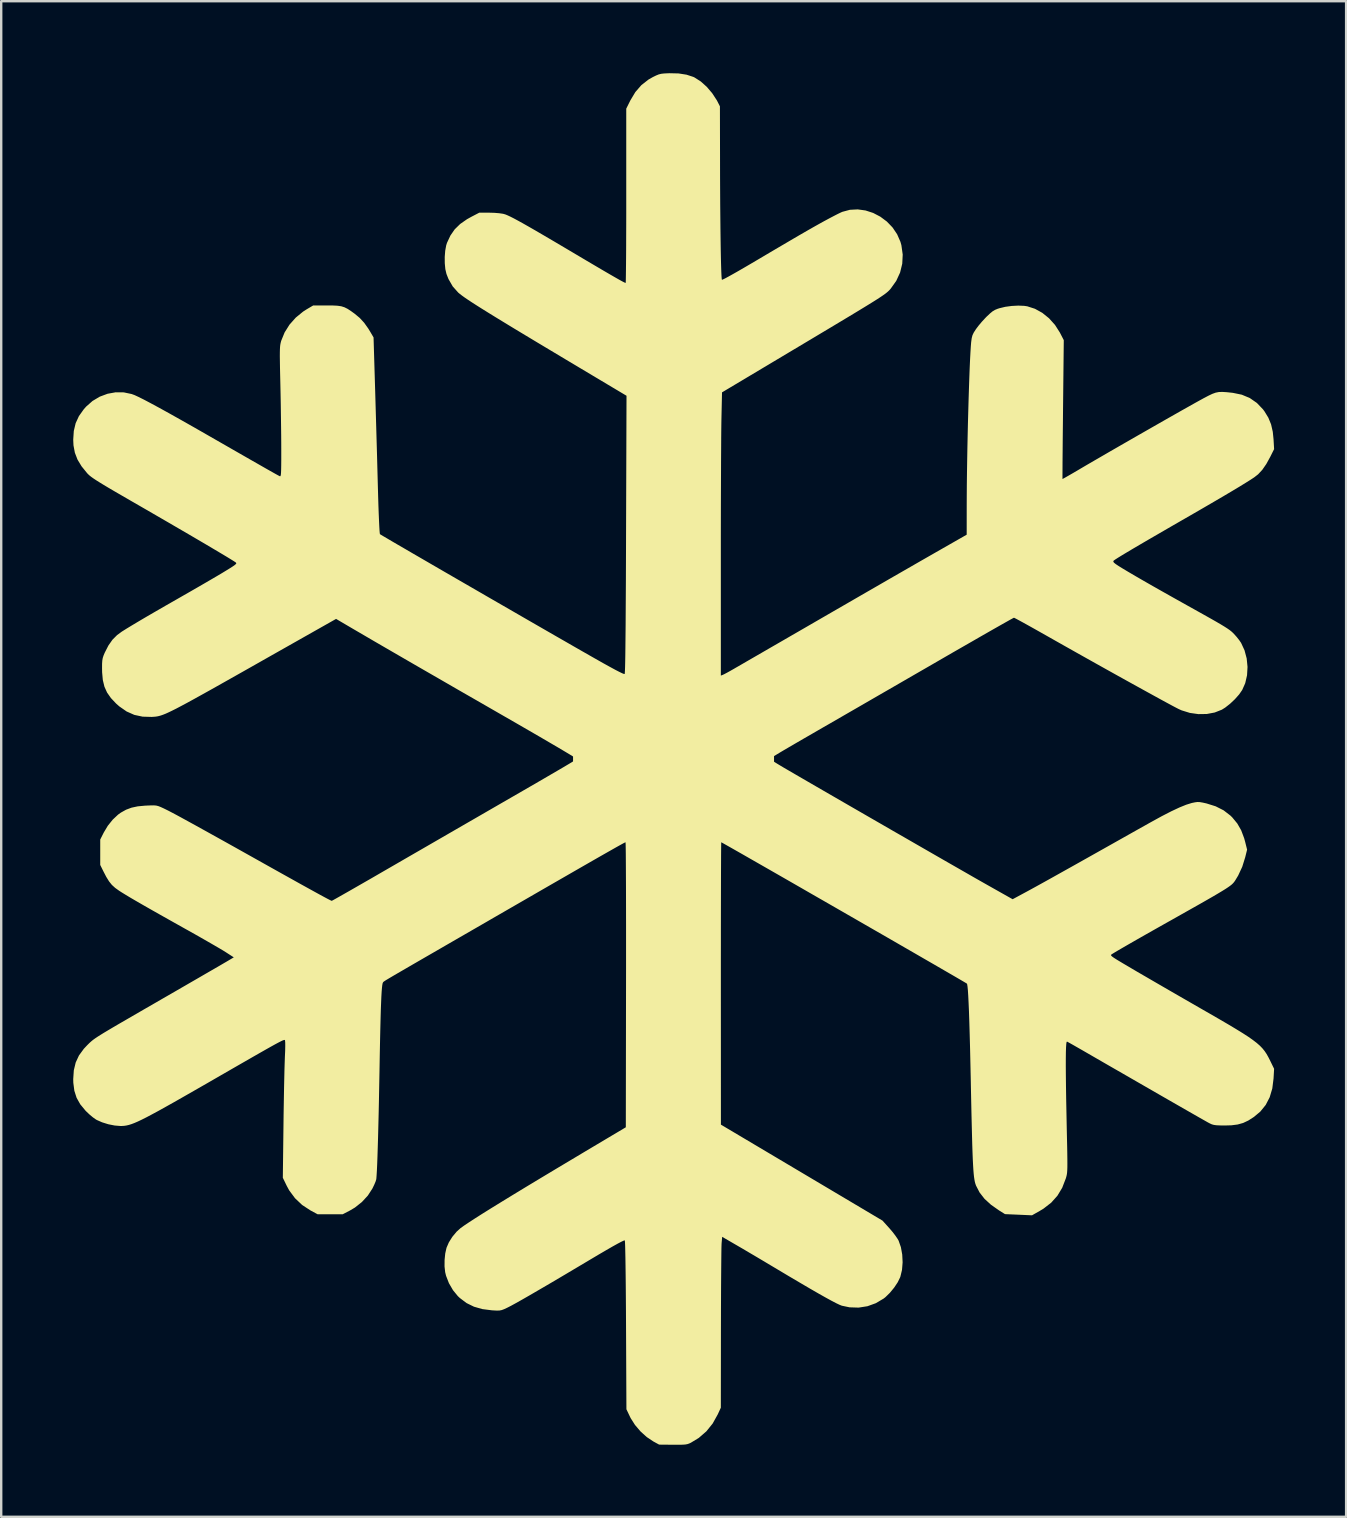
<source format=kicad_pcb>
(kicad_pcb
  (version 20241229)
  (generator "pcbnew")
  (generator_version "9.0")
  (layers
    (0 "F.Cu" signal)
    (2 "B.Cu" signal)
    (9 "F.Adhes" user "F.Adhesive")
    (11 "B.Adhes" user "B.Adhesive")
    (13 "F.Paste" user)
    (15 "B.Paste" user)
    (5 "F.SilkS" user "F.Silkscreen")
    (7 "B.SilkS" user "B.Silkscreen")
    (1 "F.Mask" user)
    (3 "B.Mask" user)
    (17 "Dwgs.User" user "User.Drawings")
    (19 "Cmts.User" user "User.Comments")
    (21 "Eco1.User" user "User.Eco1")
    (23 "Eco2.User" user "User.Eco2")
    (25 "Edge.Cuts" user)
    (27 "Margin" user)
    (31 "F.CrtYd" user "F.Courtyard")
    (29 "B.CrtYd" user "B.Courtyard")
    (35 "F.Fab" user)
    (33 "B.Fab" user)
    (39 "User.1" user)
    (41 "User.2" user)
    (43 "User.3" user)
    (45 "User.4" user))
  (footprint "Untitled"
    (layer "F.Cu")
    (at 25.006 28.564)
    (property "Reference" "Untitled" (at 0 0 0) (layer "F.SilkS") (effects (font (size 1.5 1.5) (thickness 0.3))))
    (attr board_only exclude_from_pos_files exclude_from_bom)
    (fp_poly (pts (xy 0.208 -28.555) (xy 0.542 -28.503) (xy 0.823 -28.411) (xy 0.876 -28.386) (xy 1.135 -28.22) (xy 1.386 -27.995) (xy 1.614 -27.726) (xy 1.806 -27.431) (xy 1.842 -27.362) (xy 1.932 -27.185) (xy 1.937 -24.829) (xy 1.938 -24.222) (xy 1.941 -23.638) (xy 1.944 -23.081) (xy 1.949 -22.556) (xy 1.954 -22.066) (xy 1.96 -21.616) (xy 1.966 -21.211) (xy 1.973 -20.855) (xy 1.981 -20.552) (xy 1.989 -20.306) (xy 1.997 -20.123) (xy 2.006 -20.006) (xy 2.014 -19.959) (xy 2.015 -19.959) (xy 2.052 -19.971) (xy 2.146 -20.017) (xy 2.289 -20.094) (xy 2.474 -20.197) (xy 2.693 -20.321) (xy 2.938 -20.463) (xy 3.14 -20.581) (xy 3.617 -20.862) (xy 4.034 -21.109) (xy 4.398 -21.323) (xy 4.715 -21.509) (xy 4.989 -21.67) (xy 5.227 -21.809) (xy 5.435 -21.929) (xy 5.617 -22.034) (xy 5.78 -22.127) (xy 5.929 -22.211) (xy 6.07 -22.29) (xy 6.209 -22.367) (xy 6.269 -22.4) (xy 6.473 -22.51) (xy 6.667 -22.612) (xy 6.836 -22.699) (xy 6.967 -22.762) (xy 7.03 -22.79) (xy 7.346 -22.875) (xy 7.672 -22.892) (xy 7.998 -22.847) (xy 8.315 -22.744) (xy 8.614 -22.588) (xy 8.886 -22.385) (xy 9.122 -22.14) (xy 9.313 -21.857) (xy 9.451 -21.542) (xy 9.491 -21.401) (xy 9.546 -21.011) (xy 9.527 -20.63) (xy 9.437 -20.262) (xy 9.276 -19.913) (xy 9.045 -19.589) (xy 9.008 -19.547) (xy 8.972 -19.509) (xy 8.93 -19.469) (xy 8.878 -19.425) (xy 8.813 -19.374) (xy 8.73 -19.315) (xy 8.626 -19.244) (xy 8.496 -19.159) (xy 8.338 -19.059) (xy 8.146 -18.94) (xy 7.918 -18.8) (xy 7.65 -18.637) (xy 7.337 -18.448) (xy 6.976 -18.231) (xy 6.563 -17.983) (xy 6.094 -17.703) (xy 5.566 -17.387) (xy 5.413 -17.296) (xy 2.019 -15.27) (xy 1.994 -14.126) (xy 1.991 -13.941) (xy 1.988 -13.687) (xy 1.985 -13.37) (xy 1.983 -12.996) (xy 1.98 -12.571) (xy 1.978 -12.101) (xy 1.976 -11.592) (xy 1.974 -11.051) (xy 1.972 -10.482) (xy 1.971 -9.892) (xy 1.97 -9.287) (xy 1.97 -8.674) (xy 1.97 -8.227) (xy 1.97 -3.472) (xy 2.055 -3.505) (xy 2.118 -3.535) (xy 2.231 -3.595) (xy 2.379 -3.677) (xy 2.547 -3.773) (xy 2.589 -3.798) (xy 2.718 -3.872) (xy 2.903 -3.979) (xy 3.134 -4.113) (xy 3.401 -4.267) (xy 3.697 -4.438) (xy 4.011 -4.62) (xy 4.334 -4.806) (xy 4.521 -4.914) (xy 4.868 -5.115) (xy 5.265 -5.344) (xy 5.697 -5.594) (xy 6.15 -5.856) (xy 6.608 -6.121) (xy 7.057 -6.38) (xy 7.483 -6.626) (xy 7.766 -6.79) (xy 8.158 -7.016) (xy 8.578 -7.258) (xy 9.012 -7.509) (xy 9.447 -7.759) (xy 9.87 -8.002) (xy 10.266 -8.23) (xy 10.622 -8.434) (xy 10.87 -8.576) (xy 12.211 -9.342) (xy 12.212 -10.561) (xy 12.214 -10.985) (xy 12.217 -11.443) (xy 12.223 -11.928) (xy 12.231 -12.432) (xy 12.24 -12.948) (xy 12.251 -13.469) (xy 12.263 -13.988) (xy 12.277 -14.497) (xy 12.291 -14.99) (xy 12.306 -15.458) (xy 12.321 -15.896) (xy 12.336 -16.294) (xy 12.352 -16.647) (xy 12.368 -16.947) (xy 12.383 -17.187) (xy 12.397 -17.36) (xy 12.398 -17.366) (xy 12.42 -17.528) (xy 12.451 -17.648) (xy 12.504 -17.76) (xy 12.59 -17.894) (xy 12.601 -17.91) (xy 12.708 -18.052) (xy 12.846 -18.216) (xy 12.992 -18.374) (xy 13.045 -18.428) (xy 13.182 -18.557) (xy 13.29 -18.646) (xy 13.39 -18.706) (xy 13.505 -18.753) (xy 13.582 -18.777) (xy 13.82 -18.834) (xy 14.088 -18.87) (xy 14.359 -18.884) (xy 14.606 -18.874) (xy 14.734 -18.855) (xy 15.054 -18.752) (xy 15.36 -18.583) (xy 15.641 -18.356) (xy 15.889 -18.08) (xy 16.091 -17.764) (xy 16.1 -17.746) (xy 16.255 -17.446) (xy 16.224 -14.558) (xy 16.22 -14.099) (xy 16.215 -13.663) (xy 16.211 -13.255) (xy 16.208 -12.881) (xy 16.205 -12.546) (xy 16.203 -12.256) (xy 16.202 -12.017) (xy 16.201 -11.835) (xy 16.201 -11.715) (xy 16.201 -11.664) (xy 16.202 -11.662) (xy 16.235 -11.678) (xy 16.323 -11.727) (xy 16.458 -11.804) (xy 16.631 -11.904) (xy 16.833 -12.022) (xy 16.978 -12.108) (xy 17.223 -12.252) (xy 17.512 -12.42) (xy 17.837 -12.608) (xy 18.19 -12.813) (xy 18.565 -13.029) (xy 18.955 -13.253) (xy 19.352 -13.481) (xy 19.749 -13.708) (xy 20.139 -13.931) (xy 20.514 -14.145) (xy 20.868 -14.346) (xy 21.194 -14.531) (xy 21.484 -14.694) (xy 21.731 -14.833) (xy 21.928 -14.942) (xy 22.067 -15.018) (xy 22.073 -15.022) (xy 22.281 -15.131) (xy 22.443 -15.208) (xy 22.581 -15.258) (xy 22.713 -15.284) (xy 22.859 -15.289) (xy 23.039 -15.278) (xy 23.272 -15.253) (xy 23.299 -15.25) (xy 23.672 -15.173) (xy 24.005 -15.033) (xy 24.299 -14.829) (xy 24.554 -14.562) (xy 24.614 -14.481) (xy 24.776 -14.216) (xy 24.89 -13.938) (xy 24.961 -13.627) (xy 24.993 -13.311) (xy 25.016 -12.906) (xy 24.857 -12.587) (xy 24.691 -12.285) (xy 24.525 -12.045) (xy 24.35 -11.857) (xy 24.19 -11.732) (xy 24.031 -11.627) (xy 23.828 -11.5) (xy 23.578 -11.346) (xy 23.278 -11.166) (xy 22.925 -10.957) (xy 22.517 -10.718) (xy 22.05 -10.446) (xy 21.521 -10.14) (xy 21.302 -10.014) (xy 20.748 -9.695) (xy 20.258 -9.411) (xy 19.828 -9.162) (xy 19.458 -8.946) (xy 19.143 -8.761) (xy 18.884 -8.607) (xy 18.676 -8.482) (xy 18.519 -8.385) (xy 18.409 -8.315) (xy 18.345 -8.27) (xy 18.327 -8.254) (xy 18.317 -8.22) (xy 18.345 -8.177) (xy 18.421 -8.116) (xy 18.544 -8.034) (xy 18.713 -7.93) (xy 18.944 -7.792) (xy 19.233 -7.622) (xy 19.577 -7.423) (xy 19.972 -7.197) (xy 20.415 -6.946) (xy 20.902 -6.672) (xy 21.429 -6.377) (xy 21.723 -6.213) (xy 22.074 -6.017) (xy 22.366 -5.853) (xy 22.605 -5.717) (xy 22.798 -5.604) (xy 22.951 -5.511) (xy 23.071 -5.434) (xy 23.166 -5.368) (xy 23.24 -5.309) (xy 23.301 -5.253) (xy 23.349 -5.204) (xy 23.462 -5.077) (xy 23.565 -4.946) (xy 23.638 -4.839) (xy 23.64 -4.837) (xy 23.784 -4.526) (xy 23.874 -4.187) (xy 23.909 -3.835) (xy 23.889 -3.486) (xy 23.813 -3.156) (xy 23.688 -2.874) (xy 23.559 -2.687) (xy 23.383 -2.489) (xy 23.183 -2.3) (xy 22.979 -2.14) (xy 22.839 -2.052) (xy 22.542 -1.935) (xy 22.212 -1.873) (xy 21.862 -1.868) (xy 21.508 -1.918) (xy 21.165 -2.024) (xy 21.048 -2.076) (xy 20.95 -2.126) (xy 20.792 -2.209) (xy 20.581 -2.323) (xy 20.321 -2.464) (xy 20.019 -2.63) (xy 19.681 -2.816) (xy 19.311 -3.02) (xy 18.917 -3.238) (xy 18.503 -3.468) (xy 18.076 -3.706) (xy 17.641 -3.949) (xy 17.204 -4.194) (xy 16.771 -4.437) (xy 16.347 -4.676) (xy 15.938 -4.907) (xy 15.61 -5.093) (xy 15.314 -5.26) (xy 15.038 -5.416) (xy 14.789 -5.555) (xy 14.573 -5.675) (xy 14.397 -5.771) (xy 14.269 -5.84) (xy 14.195 -5.877) (xy 14.18 -5.883) (xy 14.143 -5.865) (xy 14.045 -5.812) (xy 13.892 -5.726) (xy 13.686 -5.61) (xy 13.434 -5.467) (xy 13.139 -5.299) (xy 12.807 -5.109) (xy 12.441 -4.898) (xy 12.045 -4.671) (xy 11.625 -4.43) (xy 11.186 -4.176) (xy 10.991 -4.063) (xy 10.5 -3.779) (xy 9.995 -3.488) (xy 9.485 -3.193) (xy 8.978 -2.9) (xy 8.482 -2.614) (xy 8.005 -2.338) (xy 7.555 -2.078) (xy 7.139 -1.838) (xy 6.767 -1.623) (xy 6.445 -1.437) (xy 6.235 -1.317) (xy 5.795 -1.062) (xy 5.415 -0.843) (xy 5.091 -0.655) (xy 4.82 -0.497) (xy 4.596 -0.366) (xy 4.416 -0.259) (xy 4.274 -0.173) (xy 4.167 -0.108) (xy 4.091 -0.058) (xy 4.062 -0.039) (xy 4.043 -0.017) (xy 4.053 0.012) (xy 4.098 0.054) (xy 4.188 0.117) (xy 4.329 0.205) (xy 4.456 0.281) (xy 4.571 0.35) (xy 4.746 0.452) (xy 4.976 0.586) (xy 5.255 0.748) (xy 5.579 0.936) (xy 5.941 1.146) (xy 6.337 1.375) (xy 6.761 1.62) (xy 7.209 1.879) (xy 7.675 2.148) (xy 8.153 2.424) (xy 8.639 2.704) (xy 9.127 2.986) (xy 9.613 3.265) (xy 10.09 3.54) (xy 10.554 3.807) (xy 10.999 4.063) (xy 11.42 4.305) (xy 11.813 4.53) (xy 12.171 4.735) (xy 12.489 4.918) (xy 12.763 5.074) (xy 12.987 5.201) (xy 13.141 5.288) (xy 14.125 5.843) (xy 14.735 5.514) (xy 14.882 5.434) (xy 15.086 5.322) (xy 15.339 5.182) (xy 15.633 5.019) (xy 15.959 4.837) (xy 16.309 4.641) (xy 16.676 4.436) (xy 17.05 4.226) (xy 17.315 4.077) (xy 17.69 3.866) (xy 18.062 3.657) (xy 18.424 3.453) (xy 18.767 3.26) (xy 19.083 3.082) (xy 19.364 2.924) (xy 19.602 2.791) (xy 19.788 2.686) (xy 19.885 2.632) (xy 20.338 2.383) (xy 20.735 2.179) (xy 21.074 2.02) (xy 21.355 1.906) (xy 21.577 1.837) (xy 21.592 1.833) (xy 21.723 1.806) (xy 21.823 1.793) (xy 21.92 1.797) (xy 22.039 1.817) (xy 22.197 1.852) (xy 22.581 1.972) (xy 22.913 2.14) (xy 23.198 2.36) (xy 23.273 2.434) (xy 23.483 2.689) (xy 23.645 2.972) (xy 23.769 3.302) (xy 23.81 3.451) (xy 23.891 3.777) (xy 23.813 4.094) (xy 23.689 4.492) (xy 23.52 4.855) (xy 23.4 5.054) (xy 23.37 5.099) (xy 23.337 5.142) (xy 23.298 5.186) (xy 23.248 5.233) (xy 23.182 5.285) (xy 23.096 5.346) (xy 22.987 5.418) (xy 22.848 5.504) (xy 22.676 5.607) (xy 22.467 5.73) (xy 22.215 5.875) (xy 21.917 6.045) (xy 21.568 6.242) (xy 21.164 6.47) (xy 20.7 6.732) (xy 20.56 6.81) (xy 20.108 7.065) (xy 19.696 7.298) (xy 19.327 7.508) (xy 19.004 7.693) (xy 18.732 7.85) (xy 18.514 7.977) (xy 18.353 8.073) (xy 18.254 8.134) (xy 18.241 8.143) (xy 18.222 8.164) (xy 18.229 8.191) (xy 18.269 8.23) (xy 18.349 8.287) (xy 18.477 8.368) (xy 18.662 8.479) (xy 18.71 8.508) (xy 18.98 8.667) (xy 19.314 8.864) (xy 19.714 9.096) (xy 20.179 9.366) (xy 20.709 9.673) (xy 21.304 10.016) (xy 21.964 10.396) (xy 22.286 10.581) (xy 22.727 10.835) (xy 23.107 11.057) (xy 23.433 11.252) (xy 23.709 11.422) (xy 23.941 11.572) (xy 24.133 11.707) (xy 24.293 11.83) (xy 24.424 11.945) (xy 24.532 12.057) (xy 24.623 12.17) (xy 24.702 12.288) (xy 24.773 12.414) (xy 24.838 12.541) (xy 25.016 12.906) (xy 24.993 13.311) (xy 24.941 13.726) (xy 24.832 14.092) (xy 24.666 14.412) (xy 24.441 14.689) (xy 24.175 14.912) (xy 23.944 15.06) (xy 23.725 15.163) (xy 23.496 15.227) (xy 23.237 15.26) (xy 22.955 15.268) (xy 22.756 15.265) (xy 22.614 15.258) (xy 22.51 15.244) (xy 22.425 15.221) (xy 22.343 15.184) (xy 22.314 15.169) (xy 22.249 15.134) (xy 22.122 15.062) (xy 21.936 14.957) (xy 21.695 14.819) (xy 21.401 14.651) (xy 21.058 14.454) (xy 20.669 14.231) (xy 20.236 13.982) (xy 19.764 13.71) (xy 19.255 13.417) (xy 18.712 13.104) (xy 18.138 12.774) (xy 17.537 12.427) (xy 17.016 12.126) (xy 16.825 12.017) (xy 16.656 11.92) (xy 16.519 11.843) (xy 16.425 11.791) (xy 16.387 11.772) (xy 16.372 11.794) (xy 16.359 11.872) (xy 16.35 12.01) (xy 16.343 12.208) (xy 16.34 12.468) (xy 16.339 12.793) (xy 16.342 13.184) (xy 16.347 13.642) (xy 16.355 14.171) (xy 16.367 14.771) (xy 16.379 15.377) (xy 16.388 15.795) (xy 16.396 16.145) (xy 16.401 16.434) (xy 16.404 16.67) (xy 16.405 16.859) (xy 16.404 17.008) (xy 16.4 17.125) (xy 16.394 17.217) (xy 16.385 17.291) (xy 16.373 17.353) (xy 16.358 17.412) (xy 16.34 17.474) (xy 16.338 17.478) (xy 16.19 17.862) (xy 15.989 18.195) (xy 15.732 18.482) (xy 15.413 18.73) (xy 15.251 18.828) (xy 14.932 19.009) (xy 14.37 18.984) (xy 13.807 18.96) (xy 13.563 18.808) (xy 13.224 18.57) (xy 12.954 18.323) (xy 12.749 18.06) (xy 12.602 17.776) (xy 12.588 17.739) (xy 12.567 17.677) (xy 12.548 17.603) (xy 12.532 17.514) (xy 12.516 17.405) (xy 12.502 17.272) (xy 12.489 17.109) (xy 12.477 16.912) (xy 12.465 16.678) (xy 12.454 16.4) (xy 12.443 16.076) (xy 12.433 15.7) (xy 12.422 15.267) (xy 12.41 14.774) (xy 12.398 14.215) (xy 12.385 13.587) (xy 12.383 13.469) (xy 12.367 12.733) (xy 12.352 12.07) (xy 12.336 11.482) (xy 12.321 10.967) (xy 12.306 10.524) (xy 12.29 10.154) (xy 12.275 9.854) (xy 12.26 9.626) (xy 12.244 9.467) (xy 12.229 9.378) (xy 12.219 9.358) (xy 12.181 9.334) (xy 12.081 9.275) (xy 11.926 9.184) (xy 11.719 9.063) (xy 11.463 8.915) (xy 11.165 8.742) (xy 10.827 8.546) (xy 10.454 8.331) (xy 10.05 8.097) (xy 9.62 7.849) (xy 9.168 7.588) (xy 8.698 7.317) (xy 8.213 7.038) (xy 7.72 6.754) (xy 7.221 6.467) (xy 6.721 6.179) (xy 6.225 5.894) (xy 5.735 5.613) (xy 5.258 5.338) (xy 4.797 5.073) (xy 4.356 4.82) (xy 3.939 4.581) (xy 3.551 4.359) (xy 3.196 4.156) (xy 2.879 3.974) (xy 2.603 3.817) (xy 2.373 3.686) (xy 2.192 3.584) (xy 2.066 3.513) (xy 1.999 3.476) (xy 1.988 3.47) (xy 1.986 3.507) (xy 1.984 3.615) (xy 1.982 3.79) (xy 1.98 4.028) (xy 1.979 4.325) (xy 1.977 4.677) (xy 1.976 5.08) (xy 1.975 5.529) (xy 1.974 6.022) (xy 1.973 6.554) (xy 1.972 7.12) (xy 1.972 7.718) (xy 1.971 8.342) (xy 1.971 8.989) (xy 1.971 9.351) (xy 1.973 15.232) (xy 5.339 17.231) (xy 8.704 19.23) (xy 8.993 19.55) (xy 9.122 19.701) (xy 9.24 19.855) (xy 9.333 19.991) (xy 9.376 20.067) (xy 9.47 20.336) (xy 9.526 20.644) (xy 9.542 20.968) (xy 9.517 21.282) (xy 9.449 21.563) (xy 9.438 21.594) (xy 9.337 21.8) (xy 9.189 22.022) (xy 9.014 22.235) (xy 8.829 22.416) (xy 8.753 22.476) (xy 8.429 22.669) (xy 8.078 22.796) (xy 7.709 22.854) (xy 7.333 22.842) (xy 7.012 22.775) (xy 6.918 22.738) (xy 6.775 22.67) (xy 6.581 22.569) (xy 6.335 22.434) (xy 6.035 22.265) (xy 5.678 22.059) (xy 5.264 21.816) (xy 4.789 21.536) (xy 4.315 21.253) (xy 4.021 21.078) (xy 3.718 20.897) (xy 3.418 20.719) (xy 3.136 20.553) (xy 2.886 20.405) (xy 2.681 20.286) (xy 2.626 20.254) (xy 2.026 19.906) (xy 2.003 20.158) (xy 1.999 20.233) (xy 1.995 20.377) (xy 1.992 20.584) (xy 1.989 20.849) (xy 1.986 21.165) (xy 1.983 21.527) (xy 1.98 21.928) (xy 1.978 22.363) (xy 1.976 22.825) (xy 1.975 23.31) (xy 1.974 23.716) (xy 1.97 27.023) (xy 1.843 27.299) (xy 1.63 27.682) (xy 1.366 28.009) (xy 1.051 28.282) (xy 0.723 28.481) (xy 0.65 28.515) (xy 0.58 28.539) (xy 0.498 28.555) (xy 0.389 28.563) (xy 0.238 28.567) (xy 0.031 28.566) (xy -0.027 28.566) (xy -0.6 28.561) (xy -0.844 28.428) (xy -1.116 28.246) (xy -1.377 28.01) (xy -1.606 27.741) (xy -1.785 27.459) (xy -1.811 27.407) (xy -1.963 27.088) (xy -1.979 23.588) (xy -1.982 22.998) (xy -1.986 22.451) (xy -1.99 21.953) (xy -1.995 21.504) (xy -2 21.11) (xy -2.005 20.773) (xy -2.011 20.496) (xy -2.016 20.284) (xy -2.022 20.138) (xy -2.029 20.062) (xy -2.031 20.052) (xy -2.072 20.062) (xy -2.174 20.11) (xy -2.334 20.194) (xy -2.548 20.313) (xy -2.813 20.466) (xy -3.128 20.65) (xy -3.397 20.81) (xy -4.034 21.189) (xy -4.61 21.531) (xy -5.125 21.835) (xy -5.579 22.1) (xy -5.971 22.328) (xy -6.3 22.517) (xy -6.567 22.667) (xy -6.771 22.779) (xy -6.912 22.851) (xy -6.922 22.856) (xy -7.055 22.918) (xy -7.155 22.956) (xy -7.247 22.974) (xy -7.357 22.978) (xy -7.509 22.97) (xy -7.561 22.967) (xy -7.963 22.916) (xy -8.313 22.816) (xy -8.623 22.664) (xy -8.9 22.455) (xy -8.985 22.375) (xy -9.187 22.128) (xy -9.356 21.837) (xy -9.476 21.528) (xy -9.513 21.376) (xy -9.539 21.138) (xy -9.537 20.868) (xy -9.51 20.599) (xy -9.458 20.367) (xy -9.458 20.365) (xy -9.36 20.138) (xy -9.214 19.905) (xy -9.038 19.693) (xy -8.873 19.544) (xy -8.73 19.441) (xy -8.531 19.308) (xy -8.276 19.142) (xy -7.963 18.943) (xy -7.593 18.712) (xy -7.163 18.447) (xy -6.674 18.148) (xy -6.124 17.814) (xy -5.512 17.445) (xy -4.837 17.04) (xy -4.098 16.599) (xy -3.677 16.347) (xy -1.988 15.342) (xy -1.979 9.406) (xy -1.978 8.745) (xy -1.978 8.104) (xy -1.978 7.489) (xy -1.978 6.901) (xy -1.979 6.347) (xy -1.98 5.829) (xy -1.981 5.352) (xy -1.983 4.919) (xy -1.985 4.535) (xy -1.987 4.204) (xy -1.989 3.929) (xy -1.992 3.715) (xy -1.995 3.565) (xy -1.999 3.484) (xy -2.001 3.47) (xy -2.02 3.478) (xy -2.067 3.501) (xy -2.143 3.542) (xy -2.251 3.602) (xy -2.393 3.681) (xy -2.571 3.782) (xy -2.788 3.905) (xy -3.046 4.052) (xy -3.348 4.225) (xy -3.695 4.424) (xy -4.09 4.651) (xy -4.536 4.908) (xy -5.035 5.195) (xy -5.588 5.514) (xy -6.199 5.867) (xy -6.87 6.254) (xy -7.603 6.677) (xy -7.766 6.772) (xy -8.381 7.127) (xy -8.934 7.446) (xy -9.429 7.732) (xy -9.868 7.986) (xy -10.256 8.21) (xy -10.595 8.406) (xy -10.889 8.576) (xy -11.142 8.723) (xy -11.355 8.847) (xy -11.533 8.95) (xy -11.68 9.036) (xy -11.797 9.105) (xy -11.889 9.16) (xy -11.959 9.202) (xy -12.01 9.234) (xy -12.045 9.257) (xy -12.068 9.273) (xy -12.083 9.285) (xy -12.091 9.294) (xy -12.097 9.301) (xy -12.102 9.308) (xy -12.118 9.344) (xy -12.132 9.417) (xy -12.145 9.529) (xy -12.158 9.685) (xy -12.17 9.888) (xy -12.181 10.141) (xy -12.193 10.448) (xy -12.203 10.812) (xy -12.214 11.237) (xy -12.225 11.726) (xy -12.236 12.283) (xy -12.247 12.911) (xy -12.248 12.981) (xy -12.26 13.605) (xy -12.271 14.198) (xy -12.283 14.756) (xy -12.296 15.276) (xy -12.308 15.753) (xy -12.321 16.182) (xy -12.333 16.561) (xy -12.345 16.883) (xy -12.357 17.146) (xy -12.369 17.345) (xy -12.379 17.476) (xy -12.386 17.521) (xy -12.414 17.609) (xy -12.468 17.737) (xy -12.536 17.878) (xy -12.543 17.893) (xy -12.733 18.186) (xy -12.981 18.455) (xy -13.27 18.685) (xy -13.475 18.807) (xy -13.781 18.966) (xy -14.303 18.966) (xy -14.826 18.966) (xy -15.123 18.806) (xy -15.47 18.579) (xy -15.767 18.298) (xy -16.01 17.97) (xy -16.111 17.784) (xy -16.275 17.446) (xy -16.248 15.251) (xy -16.243 14.828) (xy -16.236 14.408) (xy -16.229 14.001) (xy -16.222 13.616) (xy -16.214 13.262) (xy -16.207 12.95) (xy -16.199 12.688) (xy -16.192 12.487) (xy -16.189 12.4) (xy -16.178 12.161) (xy -16.174 11.963) (xy -16.175 11.816) (xy -16.183 11.729) (xy -16.189 11.71) (xy -16.201 11.704) (xy -16.222 11.705) (xy -16.257 11.716) (xy -16.31 11.738) (xy -16.384 11.775) (xy -16.485 11.827) (xy -16.616 11.898) (xy -16.782 11.99) (xy -16.986 12.105) (xy -17.234 12.246) (xy -17.528 12.414) (xy -17.874 12.613) (xy -18.275 12.843) (xy -18.736 13.109) (xy -18.872 13.187) (xy -19.44 13.515) (xy -19.948 13.806) (xy -20.399 14.064) (xy -20.797 14.291) (xy -21.147 14.487) (xy -21.452 14.657) (xy -21.717 14.8) (xy -21.945 14.921) (xy -22.141 15.02) (xy -22.309 15.1) (xy -22.452 15.162) (xy -22.576 15.209) (xy -22.683 15.243) (xy -22.779 15.266) (xy -22.866 15.28) (xy -22.949 15.287) (xy -23.033 15.289) (xy -23.036 15.289) (xy -23.279 15.269) (xy -23.545 15.216) (xy -23.802 15.136) (xy -24.022 15.039) (xy -24.062 15.016) (xy -24.184 14.93) (xy -24.329 14.809) (xy -24.468 14.677) (xy -24.497 14.647) (xy -24.713 14.385) (xy -24.865 14.115) (xy -24.959 13.822) (xy -25.002 13.49) (xy -25.006 13.336) (xy -24.981 12.968) (xy -24.903 12.644) (xy -24.767 12.351) (xy -24.565 12.074) (xy -24.429 11.929) (xy -24.375 11.875) (xy -24.326 11.827) (xy -24.276 11.782) (xy -24.223 11.736) (xy -24.16 11.687) (xy -24.084 11.633) (xy -23.99 11.57) (xy -23.873 11.496) (xy -23.731 11.408) (xy -23.557 11.304) (xy -23.348 11.18) (xy -23.099 11.034) (xy -22.805 10.864) (xy -22.463 10.666) (xy -22.068 10.437) (xy -21.615 10.176) (xy -21.278 9.981) (xy -20.885 9.755) (xy -20.505 9.535) (xy -20.142 9.325) (xy -19.804 9.13) (xy -19.496 8.951) (xy -19.224 8.794) (xy -18.994 8.661) (xy -18.814 8.556) (xy -18.688 8.482) (xy -18.637 8.453) (xy -18.318 8.264) (xy -18.651 8.049) (xy -18.76 7.981) (xy -18.925 7.883) (xy -19.136 7.76) (xy -19.384 7.617) (xy -19.66 7.459) (xy -19.952 7.293) (xy -20.253 7.124) (xy -20.279 7.11) (xy -20.814 6.81) (xy -21.287 6.544) (xy -21.701 6.31) (xy -22.059 6.106) (xy -22.364 5.93) (xy -22.621 5.78) (xy -22.832 5.653) (xy -23.001 5.549) (xy -23.094 5.489) (xy -23.26 5.37) (xy -23.396 5.246) (xy -23.514 5.099) (xy -23.629 4.913) (xy -23.748 4.684) (xy -23.881 4.415) (xy -23.881 3.886) (xy -23.881 3.356) (xy -23.733 3.063) (xy -23.565 2.782) (xy -23.361 2.528) (xy -23.137 2.318) (xy -23.023 2.236) (xy -22.805 2.114) (xy -22.577 2.029) (xy -22.32 1.974) (xy -22.014 1.945) (xy -21.966 1.943) (xy -21.779 1.935) (xy -21.646 1.933) (xy -21.547 1.942) (xy -21.459 1.964) (xy -21.362 2.002) (xy -21.253 2.052) (xy -21.16 2.097) (xy -21.041 2.156) (xy -20.894 2.233) (xy -20.713 2.329) (xy -20.497 2.446) (xy -20.242 2.586) (xy -19.943 2.75) (xy -19.598 2.941) (xy -19.204 3.16) (xy -18.756 3.409) (xy -18.251 3.691) (xy -17.687 4.007) (xy -17.371 4.184) (xy -16.82 4.493) (xy -16.332 4.766) (xy -15.903 5.005) (xy -15.531 5.213) (xy -15.212 5.389) (xy -14.944 5.537) (xy -14.724 5.658) (xy -14.548 5.753) (xy -14.415 5.824) (xy -14.32 5.873) (xy -14.262 5.901) (xy -14.237 5.909) (xy -14.2 5.891) (xy -14.104 5.838) (xy -13.953 5.753) (xy -13.754 5.64) (xy -13.511 5.502) (xy -13.229 5.34) (xy -12.915 5.16) (xy -12.572 4.963) (xy -12.208 4.752) (xy -11.962 4.61) (xy -11.519 4.354) (xy -11.025 4.068) (xy -10.493 3.761) (xy -9.936 3.439) (xy -9.37 3.112) (xy -8.806 2.786) (xy -8.258 2.47) (xy -7.741 2.171) (xy -7.279 1.904) (xy -6.721 1.582) (xy -6.226 1.296) (xy -5.789 1.044) (xy -5.409 0.823) (xy -5.083 0.633) (xy -4.807 0.472) (xy -4.578 0.338) (xy -4.393 0.228) (xy -4.25 0.143) (xy -4.146 0.078) (xy -4.077 0.034) (xy -4.041 0.008) (xy -4.033 -0.000145) (xy -4.066 -0.026) (xy -4.163 -0.089) (xy -4.323 -0.187) (xy -4.545 -0.32) (xy -4.828 -0.488) (xy -5.172 -0.689) (xy -5.574 -0.924) (xy -6.035 -1.191) (xy -6.552 -1.49) (xy -7.126 -1.82) (xy -7.485 -2.027) (xy -8.227 -2.454) (xy -8.945 -2.866) (xy -9.632 -3.263) (xy -10.286 -3.64) (xy -10.901 -3.995) (xy -11.474 -4.327) (xy -12 -4.632) (xy -12.474 -4.907) (xy -12.893 -5.152) (xy -13.253 -5.362) (xy -13.332 -5.408) (xy -14.057 -5.834) (xy -16.765 -4.302) (xy -17.393 -3.946) (xy -17.96 -3.625) (xy -18.469 -3.338) (xy -18.923 -3.082) (xy -19.327 -2.855) (xy -19.683 -2.657) (xy -19.995 -2.484) (xy -20.267 -2.335) (xy -20.503 -2.209) (xy -20.706 -2.102) (xy -20.879 -2.015) (xy -21.027 -1.944) (xy -21.152 -1.887) (xy -21.26 -1.844) (xy -21.352 -1.812) (xy -21.433 -1.789) (xy -21.506 -1.773) (xy -21.575 -1.763) (xy -21.643 -1.757) (xy -21.715 -1.753) (xy -21.737 -1.751) (xy -22.115 -1.762) (xy -22.461 -1.836) (xy -22.782 -1.978) (xy -23.088 -2.191) (xy -23.221 -2.309) (xy -23.436 -2.537) (xy -23.596 -2.766) (xy -23.706 -3.01) (xy -23.773 -3.286) (xy -23.802 -3.609) (xy -23.805 -3.775) (xy -23.804 -3.963) (xy -23.795 -4.099) (xy -23.776 -4.207) (xy -23.742 -4.311) (xy -23.693 -4.427) (xy -23.54 -4.726) (xy -23.372 -4.966) (xy -23.178 -5.161) (xy -22.984 -5.303) (xy -22.785 -5.428) (xy -22.548 -5.572) (xy -22.27 -5.738) (xy -21.944 -5.93) (xy -21.568 -6.148) (xy -21.137 -6.397) (xy -20.645 -6.678) (xy -20.448 -6.791) (xy -20.142 -6.966) (xy -19.835 -7.143) (xy -19.536 -7.316) (xy -19.258 -7.478) (xy -19.012 -7.622) (xy -18.811 -7.741) (xy -18.688 -7.816) (xy -18.495 -7.934) (xy -18.359 -8.021) (xy -18.272 -8.083) (xy -18.225 -8.125) (xy -18.213 -8.154) (xy -18.226 -8.177) (xy -18.238 -8.187) (xy -18.308 -8.234) (xy -18.438 -8.315) (xy -18.623 -8.428) (xy -18.859 -8.569) (xy -19.14 -8.736) (xy -19.462 -8.927) (xy -19.82 -9.137) (xy -20.209 -9.365) (xy -20.625 -9.607) (xy -21.061 -9.861) (xy -21.515 -10.124) (xy -21.979 -10.393) (xy -22.173 -10.505) (xy -22.597 -10.749) (xy -22.961 -10.96) (xy -23.27 -11.139) (xy -23.529 -11.291) (xy -23.743 -11.419) (xy -23.917 -11.526) (xy -24.057 -11.614) (xy -24.168 -11.688) (xy -24.255 -11.75) (xy -24.322 -11.803) (xy -24.375 -11.851) (xy -24.42 -11.897) (xy -24.425 -11.902) (xy -24.659 -12.191) (xy -24.828 -12.471) (xy -24.938 -12.757) (xy -24.995 -13.062) (xy -25.006 -13.296) (xy -24.982 -13.662) (xy -24.905 -13.985) (xy -24.77 -14.279) (xy -24.57 -14.561) (xy -24.467 -14.678) (xy -24.202 -14.912) (xy -23.901 -15.091) (xy -23.576 -15.212) (xy -23.238 -15.273) (xy -22.9 -15.27) (xy -22.572 -15.201) (xy -22.45 -15.156) (xy -22.288 -15.081) (xy -22.061 -14.968) (xy -21.772 -14.815) (xy -21.42 -14.625) (xy -21.006 -14.396) (xy -20.53 -14.129) (xy -19.993 -13.825) (xy -19.396 -13.483) (xy -19.337 -13.449) (xy -18.817 -13.151) (xy -18.359 -12.888) (xy -17.959 -12.659) (xy -17.614 -12.461) (xy -17.319 -12.293) (xy -17.073 -12.152) (xy -16.871 -12.037) (xy -16.709 -11.946) (xy -16.585 -11.876) (xy -16.494 -11.826) (xy -16.434 -11.794) (xy -16.401 -11.778) (xy -16.397 -11.776) (xy -16.38 -11.777) (xy -16.367 -11.798) (xy -16.357 -11.846) (xy -16.35 -11.93) (xy -16.345 -12.057) (xy -16.342 -12.235) (xy -16.34 -12.47) (xy -16.34 -12.77) (xy -16.34 -12.874) (xy -16.341 -13.175) (xy -16.344 -13.533) (xy -16.349 -13.933) (xy -16.355 -14.357) (xy -16.361 -14.788) (xy -16.369 -15.209) (xy -16.377 -15.586) (xy -16.386 -15.974) (xy -16.393 -16.296) (xy -16.397 -16.558) (xy -16.4 -16.768) (xy -16.399 -16.934) (xy -16.396 -17.063) (xy -16.391 -17.164) (xy -16.382 -17.244) (xy -16.37 -17.312) (xy -16.355 -17.373) (xy -16.34 -17.425) (xy -16.2 -17.768) (xy -15.996 -18.092) (xy -15.735 -18.385) (xy -15.429 -18.636) (xy -15.29 -18.725) (xy -15.009 -18.891) (xy -14.435 -18.891) (xy -14.186 -18.889) (xy -13.994 -18.879) (xy -13.84 -18.856) (xy -13.707 -18.814) (xy -13.577 -18.749) (xy -13.432 -18.654) (xy -13.279 -18.543) (xy -13.069 -18.368) (xy -12.887 -18.169) (xy -12.714 -17.926) (xy -12.639 -17.803) (xy -12.496 -17.559) (xy -12.43 -15.383) (xy -12.416 -14.903) (xy -12.401 -14.38) (xy -12.385 -13.83) (xy -12.369 -13.271) (xy -12.353 -12.719) (xy -12.339 -12.192) (xy -12.326 -11.707) (xy -12.315 -11.303) (xy -12.304 -10.911) (xy -12.293 -10.549) (xy -12.281 -10.224) (xy -12.269 -9.941) (xy -12.258 -9.707) (xy -12.248 -9.529) (xy -12.238 -9.412) (xy -12.23 -9.364) (xy -12.229 -9.364) (xy -12.192 -9.34) (xy -12.095 -9.282) (xy -11.941 -9.192) (xy -11.736 -9.071) (xy -11.483 -8.923) (xy -11.186 -8.751) (xy -10.852 -8.556) (xy -10.482 -8.342) (xy -10.083 -8.11) (xy -9.659 -7.864) (xy -9.213 -7.606) (xy -8.75 -7.338) (xy -8.275 -7.064) (xy -7.792 -6.784) (xy -7.305 -6.503) (xy -6.819 -6.223) (xy -6.338 -5.945) (xy -5.867 -5.673) (xy -5.41 -5.41) (xy -4.971 -5.157) (xy -4.554 -4.918) (xy -4.165 -4.694) (xy -3.807 -4.489) (xy -3.683 -4.418) (xy -3.279 -4.188) (xy -2.937 -3.994) (xy -2.653 -3.837) (xy -2.427 -3.714) (xy -2.254 -3.625) (xy -2.133 -3.567) (xy -2.061 -3.539) (xy -2.037 -3.538) (xy -2.031 -3.574) (xy -2.025 -3.669) (xy -2.019 -3.825) (xy -2.014 -4.043) (xy -2.009 -4.325) (xy -2.005 -4.67) (xy -2.001 -5.082) (xy -1.996 -5.561) (xy -1.993 -6.108) (xy -1.989 -6.725) (xy -1.985 -7.412) (xy -1.982 -8.171) (xy -1.979 -9.004) (xy -1.978 -9.354) (xy -1.959 -15.129) (xy -3.831 -16.246) (xy -4.511 -16.652) (xy -5.129 -17.022) (xy -5.688 -17.357) (xy -6.192 -17.66) (xy -6.643 -17.932) (xy -7.044 -18.176) (xy -7.398 -18.392) (xy -7.708 -18.583) (xy -7.978 -18.751) (xy -8.209 -18.897) (xy -8.405 -19.023) (xy -8.57 -19.132) (xy -8.705 -19.224) (xy -8.814 -19.303) (xy -8.9 -19.369) (xy -8.966 -19.424) (xy -8.97 -19.428) (xy -9.197 -19.682) (xy -9.375 -19.991) (xy -9.459 -20.204) (xy -9.506 -20.404) (xy -9.529 -20.648) (xy -9.531 -20.912) (xy -9.511 -21.169) (xy -9.47 -21.394) (xy -9.437 -21.498) (xy -9.294 -21.803) (xy -9.115 -22.062) (xy -8.888 -22.284) (xy -8.604 -22.482) (xy -8.417 -22.586) (xy -8.092 -22.755) (xy -7.684 -22.755) (xy -7.47 -22.749) (xy -7.27 -22.733) (xy -7.109 -22.71) (xy -7.067 -22.7) (xy -6.998 -22.679) (xy -6.911 -22.643) (xy -6.799 -22.591) (xy -6.659 -22.52) (xy -6.488 -22.428) (xy -6.281 -22.314) (xy -6.033 -22.173) (xy -5.742 -22.006) (xy -5.403 -21.808) (xy -5.011 -21.578) (xy -4.564 -21.314) (xy -4.056 -21.013) (xy -3.616 -20.752) (xy -3.236 -20.528) (xy -2.913 -20.338) (xy -2.645 -20.182) (xy -2.428 -20.057) (xy -2.259 -19.961) (xy -2.133 -19.892) (xy -2.049 -19.849) (xy -2.003 -19.83) (xy -1.995 -19.829) (xy -1.991 -19.865) (xy -1.988 -19.972) (xy -1.985 -20.143) (xy -1.982 -20.374) (xy -1.979 -20.66) (xy -1.976 -20.995) (xy -1.974 -21.375) (xy -1.973 -21.794) (xy -1.971 -22.247) (xy -1.97 -22.729) (xy -1.97 -23.235) (xy -1.97 -23.458) (xy -1.97 -27.088) (xy -1.798 -27.433) (xy -1.59 -27.781) (xy -1.34 -28.068) (xy -1.044 -28.3) (xy -0.863 -28.403) (xy -0.726 -28.47) (xy -0.618 -28.514) (xy -0.514 -28.54) (xy -0.39 -28.554) (xy -0.221 -28.562) (xy -0.173 -28.564)) (stroke (width 0) (type solid)) (fill yes) (layer "F.SilkS")))
  (gr_rect
    (start -3 -3)
    (end 53.022 60.131)
    (stroke (width 0.1) (type default))
    (fill no)
    (layer "Edge.Cuts")))
</source>
